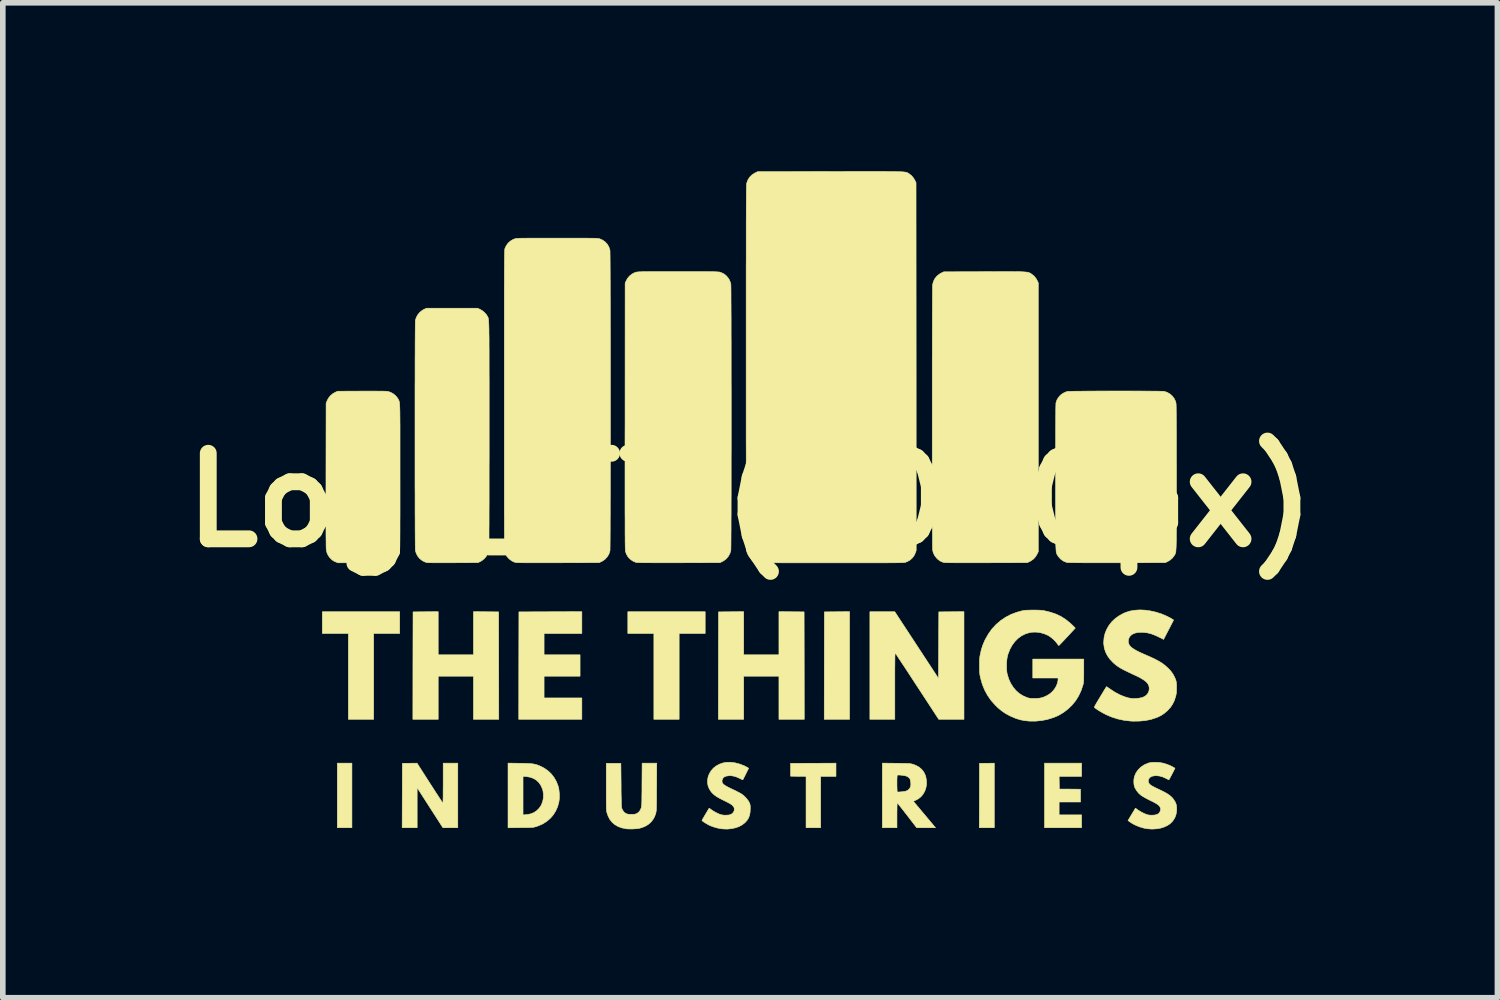
<source format=kicad_pcb>
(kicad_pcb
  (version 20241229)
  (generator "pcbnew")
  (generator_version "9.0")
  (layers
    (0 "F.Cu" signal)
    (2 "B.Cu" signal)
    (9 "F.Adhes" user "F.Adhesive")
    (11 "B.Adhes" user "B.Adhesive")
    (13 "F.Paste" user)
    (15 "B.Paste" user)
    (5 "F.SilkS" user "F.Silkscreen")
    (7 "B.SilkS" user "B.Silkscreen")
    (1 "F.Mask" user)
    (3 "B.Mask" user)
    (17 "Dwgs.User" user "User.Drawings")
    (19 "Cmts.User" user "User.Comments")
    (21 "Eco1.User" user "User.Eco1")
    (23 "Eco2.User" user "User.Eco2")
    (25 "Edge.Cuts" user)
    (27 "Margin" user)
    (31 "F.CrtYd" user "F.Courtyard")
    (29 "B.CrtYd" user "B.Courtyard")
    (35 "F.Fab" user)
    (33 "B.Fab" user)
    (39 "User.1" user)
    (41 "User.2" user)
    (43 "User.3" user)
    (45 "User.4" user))
  (footprint "Logo_TTI(4000px)"
    (layer "F.Cu")
    (at 10.312 5.859)
    (property "Reference" "Logo_TTI(4000px)" (at 0 0 0) (layer "F.SilkS") (effects (font (size 1.524 1.524) (thickness 0.3))))
    (attr through_hole)
    (fp_poly (pts (xy -7.093 5.836) (xy -7.353 5.836) (xy -7.353 4.686) (xy -7.093 4.686) (xy -7.093 5.836)) (stroke (width 0.01) (type solid)) (fill yes) (layer "F.SilkS"))
    (fp_poly (pts (xy 1.772 3.905) (xy 1.321 3.905) (xy 1.322 2.948) (xy 1.324 1.991) (xy 1.548 1.989) (xy 1.772 1.987) (xy 1.772 3.905)) (stroke (width 0.01) (type solid)) (fill yes) (layer "F.SilkS"))
    (fp_poly (pts (xy 4.35 5.836) (xy 4.083 5.836) (xy 4.085 5.263) (xy 4.086 4.689) (xy 4.218 4.688) (xy 4.35 4.686) (xy 4.35 5.836)) (stroke (width 0.01) (type solid)) (fill yes) (layer "F.SilkS"))
    (fp_poly (pts (xy -6.242 2.375) (xy -6.706 2.375) (xy -6.706 3.905) (xy -7.156 3.905) (xy -7.156 2.375) (xy -7.62 2.375) (xy -7.62 1.988) (xy -6.242 1.988) (xy -6.242 2.375)) (stroke (width 0.01) (type solid)) (fill yes) (layer "F.SilkS"))
    (fp_poly (pts (xy -0.8 2.375) (xy -1.264 2.375) (xy -1.264 3.905) (xy -1.714 3.905) (xy -1.714 2.375) (xy -2.178 2.375) (xy -2.178 1.988) (xy -0.8 1.988) (xy -0.8 2.375)) (stroke (width 0.01) (type solid)) (fill yes) (layer "F.SilkS"))
    (fp_poly (pts (xy 1.53 4.921) (xy 1.257 4.921) (xy 1.257 5.836) (xy 0.997 5.836) (xy 0.997 4.921) (xy 0.859 4.92) (xy 0.721 4.918) (xy 0.721 4.689) (xy 1.126 4.688) (xy 1.53 4.686) (xy 1.53 4.921)) (stroke (width 0.01) (type solid)) (fill yes) (layer "F.SilkS"))
    (fp_poly (pts (xy -2.997 2.375) (xy -3.67 2.375) (xy -3.67 2.756) (xy -3.029 2.756) (xy -3.029 3.137) (xy -3.67 3.137) (xy -3.67 3.524) (xy -2.997 3.524) (xy -2.997 3.905) (xy -4.121 3.905) (xy -4.12 2.948) (xy -4.118 1.991) (xy -3.558 1.989) (xy -2.997 1.987) (xy -2.997 2.375)) (stroke (width 0.01) (type solid)) (fill yes) (layer "F.SilkS"))
    (fp_poly (pts (xy 5.905 4.921) (xy 5.505 4.921) (xy 5.507 5.034) (xy 5.509 5.147) (xy 5.698 5.148) (xy 5.886 5.15) (xy 5.886 5.378) (xy 5.505 5.378) (xy 5.505 5.607) (xy 5.905 5.607) (xy 5.905 5.836) (xy 5.245 5.836) (xy 5.245 4.686) (xy 5.905 4.686) (xy 5.905 4.921)) (stroke (width 0.01) (type solid)) (fill yes) (layer "F.SilkS"))
    (fp_poly (pts (xy -4.704 1.989) (xy -4.48 1.991) (xy -4.478 2.948) (xy -4.477 3.905) (xy -4.928 3.905) (xy -4.928 3.137) (xy -5.556 3.137) (xy -5.556 3.905) (xy -6.007 3.905) (xy -6.006 2.948) (xy -6.004 1.991) (xy -5.78 1.989) (xy -5.556 1.987) (xy -5.556 2.756) (xy -4.928 2.756) (xy -4.928 1.987) (xy -4.704 1.989)) (stroke (width 0.01) (type solid)) (fill yes) (layer "F.SilkS"))
    (fp_poly (pts (xy 0.738 1.989) (xy 0.962 1.991) (xy 0.964 2.948) (xy 0.965 3.905) (xy 0.514 3.905) (xy 0.514 3.137) (xy -0.114 3.137) (xy -0.114 3.905) (xy -0.565 3.905) (xy -0.564 2.948) (xy -0.562 1.991) (xy -0.338 1.989) (xy -0.114 1.987) (xy -0.114 2.756) (xy 0.514 2.756) (xy 0.514 1.987) (xy 0.738 1.989)) (stroke (width 0.01) (type solid)) (fill yes) (layer "F.SilkS"))
    (fp_poly (pts (xy -5.705 5.042) (xy -5.666 5.102) (xy -5.629 5.16) (xy -5.595 5.213) (xy -5.563 5.261) (xy -5.536 5.303) (xy -5.512 5.339) (xy -5.494 5.367) (xy -5.48 5.386) (xy -5.473 5.396) (xy -5.472 5.397) (xy -5.471 5.391) (xy -5.47 5.373) (xy -5.47 5.345) (xy -5.469 5.308) (xy -5.468 5.262) (xy -5.468 5.21) (xy -5.468 5.151) (xy -5.467 5.088) (xy -5.467 5.042) (xy -5.467 4.686) (xy -5.207 4.686) (xy -5.207 5.836) (xy -5.472 5.836) (xy -5.702 5.479) (xy -5.931 5.122) (xy -5.931 5.836) (xy -6.198 5.836) (xy -6.196 5.263) (xy -6.194 4.689) (xy -5.933 4.686) (xy -5.705 5.042)) (stroke (width 0.01) (type solid)) (fill yes) (layer "F.SilkS"))
    (fp_poly (pts (xy 3.81 3.905) (xy 3.361 3.905) (xy 2.978 3.319) (xy 2.927 3.241) (xy 2.878 3.166) (xy 2.831 3.094) (xy 2.787 3.027) (xy 2.746 2.964) (xy 2.708 2.908) (xy 2.675 2.857) (xy 2.646 2.814) (xy 2.623 2.778) (xy 2.605 2.751) (xy 2.593 2.733) (xy 2.587 2.725) (xy 2.587 2.724) (xy 2.585 2.724) (xy 2.584 2.729) (xy 2.583 2.737) (xy 2.582 2.752) (xy 2.581 2.772) (xy 2.58 2.799) (xy 2.58 2.833) (xy 2.579 2.876) (xy 2.579 2.927) (xy 2.578 2.988) (xy 2.578 3.058) (xy 2.578 3.14) (xy 2.578 3.233) (xy 2.578 3.31) (xy 2.578 3.905) (xy 2.134 3.905) (xy 2.134 1.988) (xy 2.577 1.988) (xy 3.356 3.176) (xy 3.359 2.584) (xy 3.362 1.991) (xy 3.586 1.989) (xy 3.81 1.987) (xy 3.81 3.905)) (stroke (width 0.01) (type solid)) (fill yes) (layer "F.SilkS"))
    (fp_poly (pts (xy -4.104 4.688) (xy -4.038 4.689) (xy -3.984 4.691) (xy -3.938 4.693) (xy -3.901 4.695) (xy -3.869 4.699) (xy -3.842 4.704) (xy -3.817 4.71) (xy -3.793 4.717) (xy -3.768 4.726) (xy -3.753 4.732) (xy -3.674 4.771) (xy -3.604 4.819) (xy -3.544 4.875) (xy -3.493 4.94) (xy -3.452 5.011) (xy -3.421 5.09) (xy -3.419 5.096) (xy -3.407 5.147) (xy -3.4 5.206) (xy -3.397 5.268) (xy -3.399 5.327) (xy -3.406 5.379) (xy -3.429 5.462) (xy -3.463 5.538) (xy -3.507 5.608) (xy -3.56 5.669) (xy -3.623 5.723) (xy -3.694 5.768) (xy -3.774 5.803) (xy -3.808 5.815) (xy -3.823 5.819) (xy -3.837 5.823) (xy -3.85 5.826) (xy -3.865 5.828) (xy -3.883 5.83) (xy -3.906 5.831) (xy -3.935 5.832) (xy -3.972 5.833) (xy -4.018 5.833) (xy -4.075 5.834) (xy -4.088 5.834) (xy -4.312 5.837) (xy -4.312 5.608) (xy -4.045 5.608) (xy -3.996 5.604) (xy -3.964 5.6) (xy -3.931 5.594) (xy -3.904 5.588) (xy -3.851 5.566) (xy -3.802 5.533) (xy -3.759 5.491) (xy -3.725 5.442) (xy -3.718 5.429) (xy -3.695 5.371) (xy -3.683 5.308) (xy -3.681 5.244) (xy -3.689 5.181) (xy -3.698 5.147) (xy -3.725 5.086) (xy -3.76 5.034) (xy -3.803 4.992) (xy -3.854 4.96) (xy -3.913 4.937) (xy -3.98 4.925) (xy -3.991 4.924) (xy -4.045 4.92) (xy -4.045 5.608) (xy -4.312 5.608) (xy -4.312 4.685) (xy -4.104 4.688)) (stroke (width 0.01) (type solid)) (fill yes) (layer "F.SilkS"))
    (fp_poly (pts (xy -1.665 5.11) (xy -1.666 5.194) (xy -1.666 5.266) (xy -1.666 5.328) (xy -1.667 5.38) (xy -1.668 5.423) (xy -1.668 5.459) (xy -1.669 5.487) (xy -1.67 5.51) (xy -1.671 5.528) (xy -1.673 5.543) (xy -1.675 5.555) (xy -1.677 5.565) (xy -1.679 5.574) (xy -1.68 5.578) (xy -1.699 5.633) (xy -1.723 5.679) (xy -1.753 5.72) (xy -1.772 5.742) (xy -1.821 5.782) (xy -1.878 5.815) (xy -1.942 5.838) (xy -1.967 5.845) (xy -2.003 5.851) (xy -2.047 5.855) (xy -2.095 5.858) (xy -2.142 5.858) (xy -2.185 5.857) (xy -2.207 5.854) (xy -2.283 5.839) (xy -2.35 5.815) (xy -2.408 5.782) (xy -2.457 5.74) (xy -2.498 5.689) (xy -2.529 5.629) (xy -2.551 5.566) (xy -2.553 5.556) (xy -2.555 5.546) (xy -2.557 5.533) (xy -2.558 5.518) (xy -2.559 5.499) (xy -2.56 5.476) (xy -2.561 5.446) (xy -2.561 5.41) (xy -2.562 5.366) (xy -2.562 5.313) (xy -2.562 5.25) (xy -2.562 5.176) (xy -2.562 5.105) (xy -2.562 4.689) (xy -2.302 4.689) (xy -2.298 5.077) (xy -2.298 5.167) (xy -2.297 5.245) (xy -2.295 5.311) (xy -2.294 5.365) (xy -2.293 5.409) (xy -2.292 5.443) (xy -2.29 5.467) (xy -2.288 5.482) (xy -2.287 5.487) (xy -2.269 5.526) (xy -2.244 5.559) (xy -2.215 5.581) (xy -2.212 5.582) (xy -2.196 5.589) (xy -2.18 5.594) (xy -2.16 5.596) (xy -2.134 5.597) (xy -2.115 5.598) (xy -2.083 5.597) (xy -2.06 5.596) (xy -2.043 5.592) (xy -2.027 5.587) (xy -2.016 5.582) (xy -1.983 5.558) (xy -1.958 5.525) (xy -1.939 5.482) (xy -1.939 5.48) (xy -1.936 5.471) (xy -1.935 5.46) (xy -1.933 5.446) (xy -1.931 5.428) (xy -1.93 5.404) (xy -1.929 5.374) (xy -1.928 5.337) (xy -1.928 5.291) (xy -1.927 5.236) (xy -1.926 5.171) (xy -1.926 5.094) (xy -1.926 5.066) (xy -1.923 4.686) (xy -1.663 4.686) (xy -1.665 5.11)) (stroke (width 0.01) (type solid)) (fill yes) (layer "F.SilkS"))
    (fp_poly (pts (xy 2.602 4.688) (xy 2.667 4.689) (xy 2.721 4.69) (xy 2.765 4.691) (xy 2.8 4.692) (xy 2.827 4.693) (xy 2.849 4.695) (xy 2.865 4.697) (xy 2.879 4.7) (xy 2.886 4.701) (xy 2.953 4.725) (xy 3.01 4.757) (xy 3.057 4.796) (xy 3.093 4.843) (xy 3.12 4.897) (xy 3.131 4.932) (xy 3.142 4.999) (xy 3.143 5.064) (xy 3.132 5.126) (xy 3.112 5.184) (xy 3.082 5.237) (xy 3.044 5.283) (xy 2.997 5.321) (xy 2.942 5.35) (xy 2.942 5.35) (xy 2.908 5.364) (xy 3.078 5.567) (xy 3.116 5.612) (xy 3.152 5.655) (xy 3.185 5.695) (xy 3.215 5.731) (xy 3.241 5.761) (xy 3.26 5.784) (xy 3.273 5.799) (xy 3.276 5.803) (xy 3.303 5.836) (xy 2.968 5.836) (xy 2.797 5.614) (xy 2.761 5.568) (xy 2.728 5.525) (xy 2.697 5.486) (xy 2.671 5.453) (xy 2.649 5.425) (xy 2.633 5.406) (xy 2.624 5.394) (xy 2.621 5.392) (xy 2.62 5.398) (xy 2.619 5.415) (xy 2.618 5.442) (xy 2.617 5.477) (xy 2.617 5.52) (xy 2.616 5.568) (xy 2.616 5.613) (xy 2.616 5.836) (xy 2.356 5.836) (xy 2.356 5.047) (xy 2.616 5.047) (xy 2.616 5.089) (xy 2.617 5.126) (xy 2.618 5.158) (xy 2.619 5.181) (xy 2.62 5.195) (xy 2.621 5.197) (xy 2.63 5.199) (xy 2.648 5.2) (xy 2.672 5.198) (xy 2.7 5.196) (xy 2.727 5.193) (xy 2.752 5.189) (xy 2.771 5.185) (xy 2.772 5.185) (xy 2.808 5.17) (xy 2.834 5.147) (xy 2.851 5.121) (xy 2.858 5.104) (xy 2.862 5.086) (xy 2.864 5.065) (xy 2.863 5.04) (xy 2.858 4.999) (xy 2.848 4.967) (xy 2.83 4.943) (xy 2.803 4.924) (xy 2.767 4.911) (xy 2.72 4.903) (xy 2.703 4.901) (xy 2.674 4.898) (xy 2.65 4.897) (xy 2.633 4.897) (xy 2.627 4.898) (xy 2.623 4.9) (xy 2.621 4.906) (xy 2.619 4.916) (xy 2.618 4.932) (xy 2.617 4.955) (xy 2.616 4.988) (xy 2.616 5.032) (xy 2.616 5.047) (xy 2.356 5.047) (xy 2.356 4.685) (xy 2.602 4.688)) (stroke (width 0.01) (type solid)) (fill yes) (layer "F.SilkS"))
    (fp_poly (pts (xy -6.656 -1.942) (xy -6.593 -1.941) (xy -6.542 -1.941) (xy -6.503 -1.94) (xy -6.475 -1.939) (xy -6.457 -1.937) (xy -6.454 -1.937) (xy -6.405 -1.921) (xy -6.359 -1.896) (xy -6.318 -1.863) (xy -6.284 -1.824) (xy -6.268 -1.798) (xy -6.264 -1.791) (xy -6.261 -1.785) (xy -6.258 -1.778) (xy -6.255 -1.772) (xy -6.252 -1.764) (xy -6.25 -1.755) (xy -6.248 -1.744) (xy -6.246 -1.73) (xy -6.244 -1.714) (xy -6.243 -1.694) (xy -6.241 -1.669) (xy -6.24 -1.64) (xy -6.239 -1.606) (xy -6.238 -1.567) (xy -6.238 -1.521) (xy -6.237 -1.468) (xy -6.237 -1.408) (xy -6.236 -1.34) (xy -6.236 -1.264) (xy -6.236 -1.179) (xy -6.236 -1.085) (xy -6.236 -0.981) (xy -6.236 -0.866) (xy -6.236 -0.74) (xy -6.236 -0.603) (xy -6.236 -0.454) (xy -6.236 -0.415) (xy -6.236 -0.25) (xy -6.236 -0.098) (xy -6.236 0.042) (xy -6.236 0.17) (xy -6.236 0.287) (xy -6.237 0.393) (xy -6.237 0.487) (xy -6.237 0.572) (xy -6.238 0.646) (xy -6.238 0.71) (xy -6.239 0.764) (xy -6.239 0.809) (xy -6.24 0.845) (xy -6.241 0.872) (xy -6.242 0.891) (xy -6.243 0.901) (xy -6.243 0.903) (xy -6.261 0.958) (xy -6.29 1.007) (xy -6.328 1.05) (xy -6.375 1.084) (xy -6.393 1.093) (xy -6.435 1.114) (xy -6.886 1.116) (xy -7.337 1.117) (xy -7.376 1.103) (xy -7.407 1.09) (xy -7.432 1.075) (xy -7.455 1.057) (xy -7.481 1.03) (xy -7.483 1.029) (xy -7.514 0.988) (xy -7.536 0.942) (xy -7.549 0.889) (xy -7.55 0.879) (xy -7.551 0.866) (xy -7.552 0.841) (xy -7.553 0.803) (xy -7.553 0.754) (xy -7.554 0.693) (xy -7.555 0.619) (xy -7.555 0.533) (xy -7.555 0.435) (xy -7.555 0.325) (xy -7.556 0.202) (xy -7.556 0.066) (xy -7.556 -0.082) (xy -7.555 -0.243) (xy -7.555 -0.416) (xy -7.555 -0.448) (xy -7.553 -1.724) (xy -7.539 -1.761) (xy -7.514 -1.812) (xy -7.478 -1.858) (xy -7.435 -1.895) (xy -7.386 -1.923) (xy -7.381 -1.925) (xy -7.344 -1.94) (xy -6.916 -1.942) (xy -6.817 -1.942) (xy -6.73 -1.942) (xy -6.656 -1.942)) (stroke (width 0.01) (type solid)) (fill yes) (layer "F.SilkS"))
    (fp_poly (pts (xy 4.637 -4.07) (xy 4.699 -4.07) (xy 4.752 -4.069) (xy 4.799 -4.069) (xy 4.838 -4.068) (xy 4.87 -4.066) (xy 4.898 -4.064) (xy 4.92 -4.062) (xy 4.939 -4.06) (xy 4.954 -4.057) (xy 4.967 -4.053) (xy 4.977 -4.049) (xy 4.987 -4.044) (xy 4.995 -4.039) (xy 5.005 -4.033) (xy 5.015 -4.027) (xy 5.016 -4.026) (xy 5.06 -3.99) (xy 5.096 -3.945) (xy 5.116 -3.908) (xy 5.134 -3.87) (xy 5.134 0.918) (xy 5.114 0.96) (xy 5.083 1.011) (xy 5.045 1.052) (xy 4.996 1.085) (xy 4.986 1.091) (xy 4.938 1.114) (xy 4.201 1.116) (xy 4.088 1.116) (xy 3.988 1.116) (xy 3.898 1.116) (xy 3.82 1.116) (xy 3.751 1.116) (xy 3.691 1.116) (xy 3.64 1.116) (xy 3.596 1.115) (xy 3.56 1.115) (xy 3.529 1.114) (xy 3.505 1.114) (xy 3.485 1.113) (xy 3.469 1.112) (xy 3.457 1.111) (xy 3.448 1.109) (xy 3.441 1.108) (xy 3.435 1.106) (xy 3.432 1.105) (xy 3.388 1.086) (xy 3.35 1.059) (xy 3.319 1.029) (xy 3.286 0.985) (xy 3.263 0.936) (xy 3.251 0.886) (xy 3.251 0.875) (xy 3.25 0.853) (xy 3.25 0.819) (xy 3.249 0.774) (xy 3.249 0.719) (xy 3.249 0.653) (xy 3.248 0.578) (xy 3.248 0.495) (xy 3.247 0.402) (xy 3.247 0.303) (xy 3.247 0.196) (xy 3.246 0.082) (xy 3.246 -0.038) (xy 3.246 -0.163) (xy 3.246 -0.294) (xy 3.246 -0.429) (xy 3.245 -0.567) (xy 3.245 -0.71) (xy 3.245 -0.855) (xy 3.245 -1.002) (xy 3.245 -1.151) (xy 3.245 -1.301) (xy 3.245 -1.452) (xy 3.245 -1.603) (xy 3.245 -1.754) (xy 3.245 -1.903) (xy 3.245 -2.051) (xy 3.245 -2.197) (xy 3.245 -2.34) (xy 3.245 -2.48) (xy 3.246 -2.616) (xy 3.246 -2.748) (xy 3.246 -2.875) (xy 3.246 -2.997) (xy 3.247 -3.112) (xy 3.247 -3.222) (xy 3.247 -3.324) (xy 3.248 -3.418) (xy 3.248 -3.505) (xy 3.248 -3.583) (xy 3.249 -3.651) (xy 3.249 -3.71) (xy 3.25 -3.758) (xy 3.25 -3.796) (xy 3.251 -3.822) (xy 3.251 -3.836) (xy 3.251 -3.838) (xy 3.266 -3.894) (xy 3.291 -3.945) (xy 3.327 -3.989) (xy 3.372 -4.026) (xy 3.408 -4.047) (xy 3.451 -4.067) (xy 4.175 -4.069) (xy 4.29 -4.069) (xy 4.393 -4.07) (xy 4.484 -4.07) (xy 4.565 -4.07) (xy 4.637 -4.07)) (stroke (width 0.01) (type solid)) (fill yes) (layer "F.SilkS"))
    (fp_poly (pts (xy 7.285 4.674) (xy 7.334 4.681) (xy 7.366 4.688) (xy 7.434 4.709) (xy 7.499 4.737) (xy 7.542 4.76) (xy 7.569 4.776) (xy 7.543 4.828) (xy 7.527 4.86) (xy 7.508 4.896) (xy 7.491 4.928) (xy 7.489 4.932) (xy 7.461 4.983) (xy 7.407 4.956) (xy 7.349 4.93) (xy 7.294 4.915) (xy 7.24 4.909) (xy 7.214 4.91) (xy 7.175 4.915) (xy 7.145 4.925) (xy 7.122 4.941) (xy 7.107 4.959) (xy 7.098 4.979) (xy 7.093 4.999) (xy 7.093 5.002) (xy 7.095 5.024) (xy 7.104 5.043) (xy 7.119 5.062) (xy 7.142 5.081) (xy 7.175 5.1) (xy 7.218 5.123) (xy 7.238 5.132) (xy 7.301 5.162) (xy 7.354 5.188) (xy 7.398 5.211) (xy 7.435 5.233) (xy 7.465 5.253) (xy 7.49 5.273) (xy 7.513 5.294) (xy 7.533 5.317) (xy 7.545 5.333) (xy 7.574 5.378) (xy 7.592 5.425) (xy 7.599 5.477) (xy 7.599 5.521) (xy 7.594 5.568) (xy 7.585 5.609) (xy 7.571 5.647) (xy 7.556 5.676) (xy 7.524 5.723) (xy 7.482 5.764) (xy 7.431 5.798) (xy 7.371 5.825) (xy 7.305 5.845) (xy 7.233 5.856) (xy 7.157 5.86) (xy 7.077 5.854) (xy 7.077 5.854) (xy 7.012 5.842) (xy 6.944 5.822) (xy 6.877 5.796) (xy 6.815 5.765) (xy 6.768 5.734) (xy 6.732 5.708) (xy 6.865 5.487) (xy 6.898 5.512) (xy 6.931 5.534) (xy 6.971 5.558) (xy 7.013 5.579) (xy 7.053 5.596) (xy 7.065 5.601) (xy 7.101 5.61) (xy 7.144 5.613) (xy 7.157 5.613) (xy 7.207 5.61) (xy 7.246 5.601) (xy 7.276 5.585) (xy 7.297 5.561) (xy 7.309 5.531) (xy 7.309 5.531) (xy 7.313 5.51) (xy 7.312 5.493) (xy 7.305 5.474) (xy 7.304 5.471) (xy 7.296 5.457) (xy 7.286 5.444) (xy 7.272 5.431) (xy 7.253 5.417) (xy 7.227 5.401) (xy 7.193 5.382) (xy 7.149 5.36) (xy 7.122 5.347) (xy 7.083 5.327) (xy 7.045 5.307) (xy 7.01 5.287) (xy 6.982 5.27) (xy 6.964 5.258) (xy 6.92 5.219) (xy 6.884 5.173) (xy 6.856 5.125) (xy 6.851 5.113) (xy 6.84 5.073) (xy 6.836 5.027) (xy 6.837 4.978) (xy 6.845 4.932) (xy 6.851 4.913) (xy 6.877 4.854) (xy 6.915 4.802) (xy 6.962 4.756) (xy 7.017 4.718) (xy 7.081 4.69) (xy 7.102 4.682) (xy 7.139 4.675) (xy 7.184 4.671) (xy 7.233 4.671) (xy 7.285 4.674)) (stroke (width 0.01) (type solid)) (fill yes) (layer "F.SilkS"))
    (fp_poly (pts (xy -0.263 4.681) (xy -0.181 4.703) (xy -0.102 4.734) (xy -0.053 4.76) (xy -0.026 4.776) (xy -0.077 4.879) (xy -0.093 4.911) (xy -0.108 4.94) (xy -0.119 4.963) (xy -0.127 4.977) (xy -0.129 4.983) (xy -0.135 4.98) (xy -0.15 4.974) (xy -0.171 4.964) (xy -0.187 4.956) (xy -0.238 4.933) (xy -0.282 4.919) (xy -0.324 4.911) (xy -0.367 4.909) (xy -0.378 4.91) (xy -0.423 4.916) (xy -0.457 4.929) (xy -0.481 4.949) (xy -0.495 4.976) (xy -0.5 4.996) (xy -0.5 5.015) (xy -0.496 5.033) (xy -0.486 5.049) (xy -0.469 5.066) (xy -0.445 5.084) (xy -0.411 5.104) (xy -0.368 5.126) (xy -0.314 5.152) (xy -0.305 5.156) (xy -0.266 5.174) (xy -0.229 5.193) (xy -0.195 5.211) (xy -0.167 5.226) (xy -0.151 5.236) (xy -0.107 5.27) (xy -0.068 5.31) (xy -0.035 5.352) (xy -0.016 5.385) (xy -0.008 5.403) (xy -0.002 5.419) (xy 0.001 5.435) (xy 0.003 5.455) (xy 0.003 5.482) (xy 0.003 5.502) (xy -0.000197 5.564) (xy -0.011 5.618) (xy -0.029 5.664) (xy -0.056 5.707) (xy -0.093 5.747) (xy -0.094 5.748) (xy -0.142 5.785) (xy -0.199 5.816) (xy -0.263 5.838) (xy -0.334 5.853) (xy -0.408 5.86) (xy -0.485 5.857) (xy -0.513 5.854) (xy -0.582 5.841) (xy -0.652 5.821) (xy -0.706 5.801) (xy -0.73 5.79) (xy -0.757 5.775) (xy -0.785 5.759) (xy -0.811 5.743) (xy -0.833 5.728) (xy -0.849 5.716) (xy -0.857 5.708) (xy -0.857 5.707) (xy -0.854 5.7) (xy -0.845 5.684) (xy -0.832 5.66) (xy -0.815 5.632) (xy -0.796 5.599) (xy -0.793 5.594) (xy -0.729 5.487) (xy -0.692 5.514) (xy -0.658 5.537) (xy -0.619 5.56) (xy -0.579 5.58) (xy -0.542 5.596) (xy -0.521 5.603) (xy -0.488 5.61) (xy -0.45 5.613) (xy -0.411 5.612) (xy -0.375 5.609) (xy -0.354 5.603) (xy -0.322 5.587) (xy -0.298 5.563) (xy -0.284 5.533) (xy -0.281 5.5) (xy -0.285 5.48) (xy -0.293 5.463) (xy -0.306 5.446) (xy -0.325 5.428) (xy -0.353 5.41) (xy -0.39 5.389) (xy -0.437 5.365) (xy -0.451 5.358) (xy -0.506 5.331) (xy -0.551 5.307) (xy -0.588 5.286) (xy -0.618 5.266) (xy -0.644 5.246) (xy -0.666 5.225) (xy -0.687 5.203) (xy -0.694 5.195) (xy -0.726 5.146) (xy -0.748 5.093) (xy -0.758 5.038) (xy -0.757 4.982) (xy -0.747 4.926) (xy -0.725 4.872) (xy -0.694 4.821) (xy -0.654 4.775) (xy -0.607 4.738) (xy -0.548 4.705) (xy -0.483 4.682) (xy -0.414 4.67) (xy -0.345 4.67) (xy -0.263 4.681)) (stroke (width 0.01) (type solid)) (fill yes) (layer "F.SilkS"))
    (fp_poly (pts (xy -4.812 -3.399) (xy -4.771 -3.375) (xy -4.733 -3.344) (xy -4.701 -3.309) (xy -4.684 -3.283) (xy -4.681 -3.277) (xy -4.677 -3.272) (xy -4.675 -3.267) (xy -4.672 -3.263) (xy -4.669 -3.257) (xy -4.667 -3.25) (xy -4.665 -3.243) (xy -4.663 -3.233) (xy -4.661 -3.221) (xy -4.66 -3.206) (xy -4.658 -3.188) (xy -4.657 -3.167) (xy -4.655 -3.142) (xy -4.654 -3.113) (xy -4.653 -3.079) (xy -4.652 -3.039) (xy -4.652 -2.995) (xy -4.651 -2.944) (xy -4.65 -2.887) (xy -4.65 -2.823) (xy -4.65 -2.751) (xy -4.649 -2.672) (xy -4.649 -2.585) (xy -4.649 -2.49) (xy -4.649 -2.386) (xy -4.649 -2.272) (xy -4.648 -2.149) (xy -4.648 -2.015) (xy -4.648 -1.871) (xy -4.648 -1.716) (xy -4.648 -1.549) (xy -4.648 -1.371) (xy -4.648 -1.181) (xy -4.648 -1.156) (xy -4.648 -0.951) (xy -4.648 -0.756) (xy -4.649 -0.571) (xy -4.649 -0.396) (xy -4.649 -0.232) (xy -4.649 -0.078) (xy -4.649 0.066) (xy -4.65 0.198) (xy -4.65 0.319) (xy -4.65 0.43) (xy -4.651 0.529) (xy -4.651 0.616) (xy -4.651 0.692) (xy -4.652 0.756) (xy -4.652 0.808) (xy -4.653 0.847) (xy -4.654 0.875) (xy -4.654 0.89) (xy -4.655 0.892) (xy -4.669 0.945) (xy -4.695 0.995) (xy -4.731 1.039) (xy -4.774 1.075) (xy -4.806 1.094) (xy -4.848 1.114) (xy -5.299 1.116) (xy -5.386 1.116) (xy -5.461 1.116) (xy -5.525 1.116) (xy -5.579 1.116) (xy -5.624 1.116) (xy -5.661 1.116) (xy -5.692 1.115) (xy -5.716 1.115) (xy -5.735 1.114) (xy -5.749 1.113) (xy -5.761 1.111) (xy -5.77 1.109) (xy -5.777 1.107) (xy -5.784 1.105) (xy -5.785 1.105) (xy -5.838 1.079) (xy -5.883 1.044) (xy -5.92 1) (xy -5.947 0.949) (xy -5.963 0.896) (xy -5.963 0.886) (xy -5.964 0.865) (xy -5.964 0.831) (xy -5.965 0.787) (xy -5.965 0.733) (xy -5.966 0.669) (xy -5.966 0.595) (xy -5.967 0.513) (xy -5.967 0.424) (xy -5.967 0.326) (xy -5.968 0.222) (xy -5.968 0.112) (xy -5.968 -0.004) (xy -5.968 -0.126) (xy -5.969 -0.251) (xy -5.969 -0.381) (xy -5.969 -0.513) (xy -5.969 -0.649) (xy -5.969 -0.787) (xy -5.969 -0.926) (xy -5.969 -1.066) (xy -5.969 -1.206) (xy -5.969 -1.347) (xy -5.969 -1.486) (xy -5.969 -1.624) (xy -5.969 -1.76) (xy -5.969 -1.894) (xy -5.969 -2.024) (xy -5.968 -2.15) (xy -5.968 -2.273) (xy -5.968 -2.39) (xy -5.968 -2.502) (xy -5.967 -2.607) (xy -5.967 -2.706) (xy -5.967 -2.798) (xy -5.966 -2.882) (xy -5.966 -2.957) (xy -5.965 -3.024) (xy -5.965 -3.081) (xy -5.964 -3.127) (xy -5.964 -3.163) (xy -5.963 -3.187) (xy -5.963 -3.2) (xy -5.963 -3.201) (xy -5.946 -3.255) (xy -5.918 -3.305) (xy -5.881 -3.348) (xy -5.836 -3.383) (xy -5.809 -3.398) (xy -5.763 -3.419) (xy -4.855 -3.419) (xy -4.812 -3.399)) (stroke (width 0.01) (type solid)) (fill yes) (layer "F.SilkS"))
    (fp_poly (pts (xy 6.718 -1.944) (xy 6.807 -1.943) (xy 6.892 -1.943) (xy 6.974 -1.943) (xy 7.051 -1.942) (xy 7.122 -1.942) (xy 7.186 -1.941) (xy 7.243 -1.941) (xy 7.291 -1.94) (xy 7.33 -1.939) (xy 7.359 -1.938) (xy 7.376 -1.937) (xy 7.38 -1.936) (xy 7.431 -1.919) (xy 7.479 -1.891) (xy 7.52 -1.855) (xy 7.554 -1.811) (xy 7.578 -1.762) (xy 7.587 -1.728) (xy 7.588 -1.72) (xy 7.589 -1.704) (xy 7.59 -1.679) (xy 7.591 -1.645) (xy 7.591 -1.603) (xy 7.592 -1.551) (xy 7.592 -1.489) (xy 7.593 -1.418) (xy 7.593 -1.337) (xy 7.594 -1.245) (xy 7.594 -1.142) (xy 7.594 -1.028) (xy 7.594 -0.903) (xy 7.594 -0.766) (xy 7.595 -0.617) (xy 7.595 -0.456) (xy 7.595 -0.407) (xy 7.595 -0.254) (xy 7.595 -0.114) (xy 7.595 0.016) (xy 7.595 0.134) (xy 7.595 0.241) (xy 7.594 0.339) (xy 7.594 0.427) (xy 7.594 0.505) (xy 7.594 0.576) (xy 7.593 0.638) (xy 7.593 0.693) (xy 7.592 0.741) (xy 7.591 0.783) (xy 7.59 0.819) (xy 7.589 0.849) (xy 7.587 0.875) (xy 7.586 0.896) (xy 7.584 0.914) (xy 7.582 0.929) (xy 7.579 0.94) (xy 7.576 0.95) (xy 7.573 0.958) (xy 7.57 0.965) (xy 7.566 0.971) (xy 7.563 0.977) (xy 7.558 0.984) (xy 7.555 0.99) (xy 7.521 1.034) (xy 7.477 1.071) (xy 7.436 1.095) (xy 7.395 1.114) (xy 6.528 1.116) (xy 6.4 1.116) (xy 6.285 1.116) (xy 6.181 1.116) (xy 6.088 1.116) (xy 6.006 1.116) (xy 5.934 1.116) (xy 5.871 1.115) (xy 5.817 1.115) (xy 5.771 1.114) (xy 5.733 1.114) (xy 5.702 1.113) (xy 5.677 1.112) (xy 5.659 1.111) (xy 5.646 1.11) (xy 5.638 1.109) (xy 5.636 1.109) (xy 5.582 1.086) (xy 5.535 1.053) (xy 5.497 1.012) (xy 5.482 0.99) (xy 5.477 0.982) (xy 5.473 0.976) (xy 5.469 0.97) (xy 5.466 0.963) (xy 5.462 0.956) (xy 5.46 0.948) (xy 5.457 0.938) (xy 5.455 0.926) (xy 5.452 0.911) (xy 5.451 0.892) (xy 5.449 0.87) (xy 5.448 0.843) (xy 5.446 0.812) (xy 5.445 0.775) (xy 5.444 0.732) (xy 5.444 0.682) (xy 5.443 0.626) (xy 5.443 0.562) (xy 5.442 0.489) (xy 5.442 0.409) (xy 5.442 0.319) (xy 5.442 0.22) (xy 5.442 0.11) (xy 5.442 -0.01) (xy 5.442 -0.142) (xy 5.442 -0.285) (xy 5.442 -0.412) (xy 5.442 -0.584) (xy 5.442 -0.744) (xy 5.442 -0.892) (xy 5.443 -1.029) (xy 5.443 -1.154) (xy 5.443 -1.266) (xy 5.444 -1.367) (xy 5.444 -1.456) (xy 5.445 -1.533) (xy 5.445 -1.597) (xy 5.446 -1.649) (xy 5.447 -1.689) (xy 5.448 -1.716) (xy 5.448 -1.731) (xy 5.449 -1.733) (xy 5.467 -1.786) (xy 5.497 -1.834) (xy 5.535 -1.875) (xy 5.582 -1.907) (xy 5.635 -1.931) (xy 5.648 -1.934) (xy 5.659 -1.936) (xy 5.682 -1.937) (xy 5.715 -1.938) (xy 5.759 -1.939) (xy 5.811 -1.94) (xy 5.871 -1.94) (xy 5.939 -1.941) (xy 6.013 -1.942) (xy 6.092 -1.942) (xy 6.176 -1.943) (xy 6.263 -1.943) (xy 6.352 -1.943) (xy 6.444 -1.944) (xy 6.536 -1.944) (xy 6.627 -1.944) (xy 6.718 -1.944)) (stroke (width 0.01) (type solid)) (fill yes) (layer "F.SilkS"))
    (fp_poly (pts (xy -1.171 -4.07) (xy -1.072 -4.07) (xy -0.985 -4.07) (xy -0.908 -4.07) (xy -0.841 -4.07) (xy -0.783 -4.07) (xy -0.733 -4.07) (xy -0.691 -4.069) (xy -0.655 -4.069) (xy -0.626 -4.068) (xy -0.602 -4.067) (xy -0.583 -4.066) (xy -0.568 -4.065) (xy -0.556 -4.064) (xy -0.547 -4.063) (xy -0.539 -4.061) (xy -0.533 -4.06) (xy -0.527 -4.058) (xy -0.526 -4.057) (xy -0.487 -4.041) (xy -0.453 -4.021) (xy -0.422 -3.994) (xy -0.411 -3.982) (xy -0.376 -3.936) (xy -0.352 -3.883) (xy -0.343 -3.848) (xy -0.342 -3.839) (xy -0.342 -3.818) (xy -0.341 -3.785) (xy -0.341 -3.74) (xy -0.34 -3.686) (xy -0.34 -3.621) (xy -0.34 -3.547) (xy -0.339 -3.464) (xy -0.339 -3.373) (xy -0.338 -3.274) (xy -0.338 -3.168) (xy -0.338 -3.054) (xy -0.338 -2.935) (xy -0.337 -2.81) (xy -0.337 -2.681) (xy -0.337 -2.546) (xy -0.337 -2.408) (xy -0.337 -2.266) (xy -0.337 -2.121) (xy -0.336 -1.974) (xy -0.336 -1.825) (xy -0.336 -1.675) (xy -0.336 -1.524) (xy -0.336 -1.373) (xy -0.336 -1.222) (xy -0.336 -1.073) (xy -0.336 -0.924) (xy -0.337 -0.778) (xy -0.337 -0.634) (xy -0.337 -0.494) (xy -0.337 -0.356) (xy -0.337 -0.224) (xy -0.337 -0.096) (xy -0.338 0.027) (xy -0.338 0.144) (xy -0.338 0.255) (xy -0.339 0.359) (xy -0.339 0.455) (xy -0.339 0.543) (xy -0.34 0.623) (xy -0.34 0.694) (xy -0.341 0.755) (xy -0.341 0.806) (xy -0.342 0.846) (xy -0.342 0.875) (xy -0.343 0.892) (xy -0.343 0.896) (xy -0.36 0.952) (xy -0.388 1.002) (xy -0.425 1.046) (xy -0.471 1.081) (xy -0.494 1.093) (xy -0.537 1.114) (xy -1.273 1.116) (xy -1.391 1.116) (xy -1.496 1.116) (xy -1.589 1.116) (xy -1.672 1.116) (xy -1.745 1.116) (xy -1.808 1.115) (xy -1.862 1.115) (xy -1.907 1.115) (xy -1.944 1.114) (xy -1.975 1.113) (xy -1.998 1.112) (xy -2.015 1.111) (xy -2.027 1.11) (xy -2.035 1.109) (xy -2.035 1.109) (xy -2.089 1.085) (xy -2.136 1.052) (xy -2.175 1.011) (xy -2.203 0.962) (xy -2.219 0.917) (xy -2.22 0.913) (xy -2.221 0.907) (xy -2.222 0.898) (xy -2.222 0.887) (xy -2.223 0.873) (xy -2.224 0.856) (xy -2.224 0.835) (xy -2.225 0.809) (xy -2.225 0.779) (xy -2.226 0.745) (xy -2.226 0.705) (xy -2.226 0.659) (xy -2.227 0.607) (xy -2.227 0.549) (xy -2.227 0.484) (xy -2.227 0.412) (xy -2.227 0.332) (xy -2.228 0.245) (xy -2.228 0.149) (xy -2.228 0.045) (xy -2.228 -0.069) (xy -2.228 -0.192) (xy -2.228 -0.325) (xy -2.228 -0.468) (xy -2.228 -0.621) (xy -2.228 -0.785) (xy -2.228 -0.961) (xy -2.228 -1.149) (xy -2.227 -1.348) (xy -2.227 -1.493) (xy -2.226 -3.864) (xy -2.212 -3.897) (xy -2.185 -3.948) (xy -2.148 -3.992) (xy -2.104 -4.027) (xy -2.055 -4.053) (xy -2.04 -4.058) (xy -2.033 -4.06) (xy -2.026 -4.061) (xy -2.018 -4.063) (xy -2.008 -4.064) (xy -1.996 -4.065) (xy -1.98 -4.067) (xy -1.96 -4.067) (xy -1.935 -4.068) (xy -1.905 -4.069) (xy -1.869 -4.069) (xy -1.825 -4.07) (xy -1.774 -4.07) (xy -1.715 -4.07) (xy -1.647 -4.07) (xy -1.568 -4.07) (xy -1.479 -4.07) (xy -1.379 -4.07) (xy -1.282 -4.07) (xy -1.171 -4.07)) (stroke (width 0.01) (type solid)) (fill yes) (layer "F.SilkS"))
    (fp_poly (pts (xy 7.036 1.96) (xy 7.132 1.974) (xy 7.23 1.996) (xy 7.328 2.027) (xy 7.331 2.029) (xy 7.363 2.042) (xy 7.4 2.057) (xy 7.437 2.075) (xy 7.471 2.092) (xy 7.501 2.108) (xy 7.524 2.122) (xy 7.53 2.126) (xy 7.544 2.137) (xy 7.455 2.309) (xy 7.366 2.481) (xy 7.288 2.442) (xy 7.216 2.408) (xy 7.149 2.383) (xy 7.086 2.366) (xy 7.023 2.357) (xy 6.963 2.354) (xy 6.904 2.358) (xy 6.852 2.37) (xy 6.81 2.389) (xy 6.776 2.415) (xy 6.753 2.448) (xy 6.74 2.486) (xy 6.737 2.514) (xy 6.74 2.54) (xy 6.747 2.564) (xy 6.759 2.587) (xy 6.779 2.61) (xy 6.805 2.633) (xy 6.84 2.657) (xy 6.884 2.682) (xy 6.937 2.709) (xy 7.001 2.738) (xy 7.076 2.771) (xy 7.079 2.772) (xy 7.155 2.806) (xy 7.22 2.837) (xy 7.276 2.867) (xy 7.325 2.896) (xy 7.369 2.927) (xy 7.409 2.96) (xy 7.448 2.996) (xy 7.449 2.997) (xy 7.484 3.033) (xy 7.511 3.067) (xy 7.534 3.101) (xy 7.555 3.141) (xy 7.559 3.147) (xy 7.573 3.179) (xy 7.584 3.207) (xy 7.591 3.235) (xy 7.595 3.265) (xy 7.597 3.302) (xy 7.597 3.346) (xy 7.596 3.387) (xy 7.595 3.419) (xy 7.592 3.446) (xy 7.587 3.472) (xy 7.58 3.5) (xy 7.557 3.572) (xy 7.526 3.635) (xy 7.488 3.692) (xy 7.438 3.747) (xy 7.426 3.758) (xy 7.372 3.803) (xy 7.313 3.841) (xy 7.246 3.872) (xy 7.234 3.876) (xy 7.143 3.906) (xy 7.045 3.926) (xy 6.94 3.936) (xy 6.828 3.938) (xy 6.783 3.936) (xy 6.666 3.923) (xy 6.549 3.898) (xy 6.434 3.861) (xy 6.344 3.822) (xy 6.312 3.806) (xy 6.277 3.787) (xy 6.241 3.766) (xy 6.207 3.746) (xy 6.178 3.726) (xy 6.154 3.71) (xy 6.138 3.697) (xy 6.135 3.694) (xy 6.134 3.689) (xy 6.136 3.681) (xy 6.142 3.667) (xy 6.153 3.647) (xy 6.168 3.62) (xy 6.189 3.585) (xy 6.216 3.54) (xy 6.224 3.527) (xy 6.249 3.485) (xy 6.273 3.446) (xy 6.294 3.411) (xy 6.312 3.381) (xy 6.326 3.359) (xy 6.334 3.346) (xy 6.335 3.345) (xy 6.35 3.322) (xy 6.412 3.365) (xy 6.499 3.422) (xy 6.584 3.467) (xy 6.665 3.501) (xy 6.742 3.524) (xy 6.804 3.534) (xy 6.842 3.535) (xy 6.886 3.533) (xy 6.931 3.528) (xy 6.972 3.52) (xy 7.001 3.511) (xy 7.04 3.49) (xy 7.072 3.462) (xy 7.095 3.427) (xy 7.108 3.388) (xy 7.111 3.347) (xy 7.103 3.306) (xy 7.097 3.292) (xy 7.084 3.269) (xy 7.065 3.246) (xy 7.041 3.224) (xy 7.009 3.201) (xy 6.97 3.177) (xy 6.921 3.15) (xy 6.861 3.121) (xy 6.829 3.107) (xy 6.762 3.075) (xy 6.704 3.047) (xy 6.655 3.023) (xy 6.614 3.001) (xy 6.579 2.98) (xy 6.548 2.96) (xy 6.521 2.94) (xy 6.495 2.919) (xy 6.471 2.898) (xy 6.412 2.836) (xy 6.366 2.772) (xy 6.332 2.705) (xy 6.31 2.635) (xy 6.3 2.562) (xy 6.299 2.536) (xy 6.305 2.454) (xy 6.323 2.375) (xy 6.353 2.301) (xy 6.393 2.232) (xy 6.443 2.168) (xy 6.503 2.111) (xy 6.573 2.061) (xy 6.651 2.018) (xy 6.693 2) (xy 6.769 1.976) (xy 6.853 1.962) (xy 6.942 1.956) (xy 7.036 1.96)) (stroke (width 0.01) (type solid)) (fill yes) (layer "F.SilkS"))
    (fp_poly (pts (xy 5.094 1.959) (xy 5.134 1.96) (xy 5.165 1.961) (xy 5.192 1.964) (xy 5.217 1.967) (xy 5.243 1.971) (xy 5.256 1.974) (xy 5.361 2) (xy 5.457 2.034) (xy 5.545 2.077) (xy 5.627 2.13) (xy 5.704 2.193) (xy 5.73 2.217) (xy 5.793 2.279) (xy 5.765 2.31) (xy 5.735 2.342) (xy 5.703 2.377) (xy 5.67 2.413) (xy 5.636 2.449) (xy 5.604 2.483) (xy 5.574 2.515) (xy 5.548 2.542) (xy 5.526 2.565) (xy 5.51 2.581) (xy 5.501 2.59) (xy 5.499 2.591) (xy 5.494 2.586) (xy 5.483 2.573) (xy 5.471 2.556) (xy 5.44 2.517) (xy 5.401 2.478) (xy 5.358 2.443) (xy 5.316 2.414) (xy 5.304 2.408) (xy 5.235 2.379) (xy 5.163 2.359) (xy 5.091 2.351) (xy 5.019 2.353) (xy 4.97 2.362) (xy 4.898 2.385) (xy 4.831 2.42) (xy 4.77 2.465) (xy 4.715 2.521) (xy 4.668 2.585) (xy 4.628 2.658) (xy 4.596 2.739) (xy 4.584 2.782) (xy 4.577 2.818) (xy 4.572 2.864) (xy 4.569 2.914) (xy 4.568 2.966) (xy 4.57 3.017) (xy 4.574 3.062) (xy 4.58 3.097) (xy 4.606 3.183) (xy 4.641 3.261) (xy 4.685 3.331) (xy 4.736 3.392) (xy 4.794 3.444) (xy 4.859 3.485) (xy 4.93 3.516) (xy 4.932 3.517) (xy 4.955 3.524) (xy 4.976 3.529) (xy 4.998 3.531) (xy 5.025 3.533) (xy 5.06 3.533) (xy 5.064 3.533) (xy 5.115 3.532) (xy 5.158 3.528) (xy 5.196 3.52) (xy 5.234 3.507) (xy 5.276 3.488) (xy 5.283 3.485) (xy 5.336 3.453) (xy 5.383 3.413) (xy 5.422 3.367) (xy 5.453 3.316) (xy 5.475 3.262) (xy 5.486 3.207) (xy 5.486 3.187) (xy 5.486 3.169) (xy 5.036 3.169) (xy 5.036 2.832) (xy 5.944 2.832) (xy 5.944 3.037) (xy 5.944 3.095) (xy 5.943 3.141) (xy 5.943 3.178) (xy 5.942 3.207) (xy 5.941 3.23) (xy 5.939 3.249) (xy 5.937 3.264) (xy 5.934 3.278) (xy 5.931 3.289) (xy 5.897 3.392) (xy 5.853 3.486) (xy 5.8 3.572) (xy 5.736 3.65) (xy 5.664 3.72) (xy 5.587 3.779) (xy 5.542 3.807) (xy 5.503 3.83) (xy 5.463 3.849) (xy 5.417 3.868) (xy 5.397 3.875) (xy 5.299 3.906) (xy 5.195 3.926) (xy 5.088 3.937) (xy 4.98 3.937) (xy 4.972 3.936) (xy 4.891 3.928) (xy 4.814 3.913) (xy 4.738 3.89) (xy 4.66 3.857) (xy 4.626 3.842) (xy 4.549 3.8) (xy 4.479 3.752) (xy 4.412 3.696) (xy 4.364 3.648) (xy 4.291 3.566) (xy 4.23 3.478) (xy 4.179 3.384) (xy 4.138 3.284) (xy 4.107 3.175) (xy 4.101 3.15) (xy 4.096 3.124) (xy 4.092 3.1) (xy 4.09 3.075) (xy 4.088 3.047) (xy 4.087 3.012) (xy 4.087 2.967) (xy 4.087 2.95) (xy 4.087 2.901) (xy 4.087 2.863) (xy 4.089 2.832) (xy 4.091 2.806) (xy 4.094 2.781) (xy 4.099 2.755) (xy 4.101 2.745) (xy 4.12 2.662) (xy 4.144 2.587) (xy 4.175 2.513) (xy 4.191 2.48) (xy 4.246 2.383) (xy 4.31 2.294) (xy 4.383 2.215) (xy 4.464 2.146) (xy 4.553 2.086) (xy 4.648 2.036) (xy 4.751 1.998) (xy 4.841 1.973) (xy 4.864 1.969) (xy 4.887 1.965) (xy 4.91 1.962) (xy 4.938 1.961) (xy 4.971 1.96) (xy 5.013 1.959) (xy 5.045 1.959) (xy 5.094 1.959)) (stroke (width 0.01) (type solid)) (fill yes) (layer "F.SilkS"))
    (fp_poly (pts (xy 2.265 -5.854) (xy 2.344 -5.854) (xy 2.414 -5.854) (xy 2.477 -5.853) (xy 2.532 -5.853) (xy 2.581 -5.852) (xy 2.623 -5.851) (xy 2.659 -5.85) (xy 2.689 -5.849) (xy 2.715 -5.848) (xy 2.737 -5.846) (xy 2.755 -5.844) (xy 2.769 -5.842) (xy 2.781 -5.839) (xy 2.791 -5.837) (xy 2.799 -5.834) (xy 2.806 -5.83) (xy 2.812 -5.827) (xy 2.818 -5.823) (xy 2.825 -5.819) (xy 2.831 -5.815) (xy 2.875 -5.781) (xy 2.912 -5.737) (xy 2.936 -5.696) (xy 2.956 -5.655) (xy 2.958 -2.38) (xy 2.959 0.896) (xy 2.946 0.935) (xy 2.922 0.988) (xy 2.887 1.034) (xy 2.844 1.071) (xy 2.793 1.098) (xy 2.776 1.104) (xy 2.772 1.106) (xy 2.767 1.107) (xy 2.761 1.109) (xy 2.755 1.11) (xy 2.746 1.111) (xy 2.735 1.112) (xy 2.722 1.113) (xy 2.705 1.114) (xy 2.684 1.114) (xy 2.659 1.115) (xy 2.628 1.115) (xy 2.593 1.116) (xy 2.551 1.116) (xy 2.503 1.116) (xy 2.448 1.117) (xy 2.385 1.117) (xy 2.314 1.117) (xy 2.235 1.117) (xy 2.146 1.117) (xy 2.048 1.117) (xy 1.939 1.117) (xy 1.82 1.117) (xy 1.689 1.117) (xy 1.546 1.117) (xy 1.443 1.117) (xy 1.292 1.117) (xy 1.153 1.117) (xy 1.026 1.117) (xy 0.909 1.117) (xy 0.804 1.117) (xy 0.708 1.117) (xy 0.622 1.117) (xy 0.545 1.117) (xy 0.477 1.116) (xy 0.416 1.116) (xy 0.363 1.116) (xy 0.317 1.115) (xy 0.278 1.115) (xy 0.244 1.114) (xy 0.215 1.114) (xy 0.192 1.113) (xy 0.172 1.113) (xy 0.157 1.112) (xy 0.145 1.111) (xy 0.135 1.11) (xy 0.128 1.109) (xy 0.122 1.108) (xy 0.118 1.106) (xy 0.117 1.106) (xy 0.064 1.081) (xy 0.018 1.047) (xy -0.019 1.004) (xy -0.047 0.953) (xy -0.063 0.903) (xy -0.063 0.897) (xy -0.064 0.883) (xy -0.064 0.861) (xy -0.065 0.832) (xy -0.065 0.795) (xy -0.066 0.749) (xy -0.066 0.696) (xy -0.067 0.633) (xy -0.067 0.562) (xy -0.067 0.481) (xy -0.068 0.391) (xy -0.068 0.292) (xy -0.068 0.183) (xy -0.068 0.065) (xy -0.069 -0.064) (xy -0.069 -0.203) (xy -0.069 -0.353) (xy -0.069 -0.513) (xy -0.069 -0.684) (xy -0.069 -0.867) (xy -0.07 -1.06) (xy -0.07 -1.265) (xy -0.07 -1.482) (xy -0.07 -1.711) (xy -0.07 -1.952) (xy -0.07 -2.206) (xy -0.07 -2.371) (xy -0.07 -2.615) (xy -0.07 -2.847) (xy -0.07 -3.066) (xy -0.07 -3.274) (xy -0.07 -3.471) (xy -0.07 -3.656) (xy -0.07 -3.831) (xy -0.07 -3.995) (xy -0.07 -4.15) (xy -0.069 -4.294) (xy -0.069 -4.429) (xy -0.069 -4.554) (xy -0.069 -4.671) (xy -0.069 -4.779) (xy -0.069 -4.879) (xy -0.069 -4.972) (xy -0.068 -5.056) (xy -0.068 -5.133) (xy -0.068 -5.204) (xy -0.068 -5.268) (xy -0.067 -5.325) (xy -0.067 -5.377) (xy -0.067 -5.422) (xy -0.066 -5.463) (xy -0.066 -5.499) (xy -0.065 -5.529) (xy -0.065 -5.556) (xy -0.064 -5.578) (xy -0.064 -5.597) (xy -0.063 -5.612) (xy -0.063 -5.625) (xy -0.062 -5.634) (xy -0.061 -5.641) (xy -0.061 -5.646) (xy -0.06 -5.648) (xy -0.039 -5.703) (xy -0.008 -5.752) (xy 0.033 -5.793) (xy 0.083 -5.826) (xy 0.094 -5.831) (xy 0.137 -5.852) (xy 1.428 -5.853) (xy 1.582 -5.853) (xy 1.723 -5.854) (xy 1.852 -5.854) (xy 1.971 -5.854) (xy 2.079 -5.854) (xy 2.176 -5.854) (xy 2.265 -5.854)) (stroke (width 0.01) (type solid)) (fill yes) (layer "F.SilkS"))
    (fp_poly (pts (xy -3.324 -4.667) (xy -3.226 -4.667) (xy -3.138 -4.667) (xy -3.061 -4.667) (xy -2.994 -4.667) (xy -2.936 -4.667) (xy -2.886 -4.666) (xy -2.843 -4.666) (xy -2.808 -4.665) (xy -2.779 -4.665) (xy -2.755 -4.664) (xy -2.735 -4.663) (xy -2.72 -4.662) (xy -2.708 -4.661) (xy -2.699 -4.66) (xy -2.691 -4.658) (xy -2.684 -4.656) (xy -2.679 -4.655) (xy -2.627 -4.632) (xy -2.581 -4.599) (xy -2.543 -4.558) (xy -2.515 -4.509) (xy -2.497 -4.454) (xy -2.496 -4.453) (xy -2.496 -4.443) (xy -2.495 -4.422) (xy -2.495 -4.389) (xy -2.494 -4.345) (xy -2.494 -4.29) (xy -2.493 -4.225) (xy -2.493 -4.15) (xy -2.492 -4.067) (xy -2.492 -3.974) (xy -2.491 -3.874) (xy -2.491 -3.766) (xy -2.491 -3.651) (xy -2.49 -3.529) (xy -2.49 -3.402) (xy -2.49 -3.268) (xy -2.49 -3.13) (xy -2.489 -2.987) (xy -2.489 -2.841) (xy -2.489 -2.69) (xy -2.489 -2.537) (xy -2.489 -2.382) (xy -2.489 -2.224) (xy -2.489 -2.065) (xy -2.489 -1.905) (xy -2.489 -1.745) (xy -2.489 -1.584) (xy -2.489 -1.425) (xy -2.489 -1.266) (xy -2.489 -1.109) (xy -2.489 -0.954) (xy -2.489 -0.802) (xy -2.489 -0.653) (xy -2.49 -0.508) (xy -2.49 -0.367) (xy -2.49 -0.23) (xy -2.49 -0.099) (xy -2.491 0.026) (xy -2.491 0.146) (xy -2.491 0.258) (xy -2.492 0.363) (xy -2.492 0.461) (xy -2.492 0.55) (xy -2.493 0.63) (xy -2.493 0.701) (xy -2.494 0.762) (xy -2.494 0.813) (xy -2.495 0.853) (xy -2.495 0.882) (xy -2.496 0.899) (xy -2.496 0.903) (xy -2.514 0.959) (xy -2.543 1.008) (xy -2.582 1.051) (xy -2.629 1.085) (xy -2.645 1.093) (xy -2.689 1.114) (xy -3.426 1.116) (xy -3.538 1.116) (xy -3.639 1.116) (xy -3.728 1.116) (xy -3.807 1.116) (xy -3.876 1.116) (xy -3.936 1.116) (xy -3.987 1.116) (xy -4.031 1.116) (xy -4.067 1.115) (xy -4.097 1.115) (xy -4.122 1.114) (xy -4.142 1.113) (xy -4.157 1.112) (xy -4.17 1.111) (xy -4.179 1.11) (xy -4.186 1.108) (xy -4.192 1.107) (xy -4.196 1.106) (xy -4.244 1.083) (xy -4.289 1.05) (xy -4.327 1.01) (xy -4.356 0.965) (xy -4.367 0.938) (xy -4.368 0.935) (xy -4.369 0.931) (xy -4.369 0.927) (xy -4.37 0.92) (xy -4.371 0.912) (xy -4.372 0.902) (xy -4.372 0.889) (xy -4.373 0.874) (xy -4.373 0.855) (xy -4.374 0.832) (xy -4.375 0.806) (xy -4.375 0.775) (xy -4.375 0.74) (xy -4.376 0.699) (xy -4.376 0.653) (xy -4.376 0.602) (xy -4.377 0.544) (xy -4.377 0.48) (xy -4.377 0.409) (xy -4.377 0.33) (xy -4.378 0.244) (xy -4.378 0.151) (xy -4.378 0.049) (xy -4.378 -0.062) (xy -4.378 -0.182) (xy -4.378 -0.311) (xy -4.378 -0.45) (xy -4.378 -0.599) (xy -4.378 -0.759) (xy -4.378 -0.929) (xy -4.378 -1.11) (xy -4.378 -1.303) (xy -4.378 -1.508) (xy -4.378 -1.725) (xy -4.378 -1.772) (xy -4.378 -1.991) (xy -4.378 -2.199) (xy -4.378 -2.394) (xy -4.378 -2.578) (xy -4.378 -2.75) (xy -4.378 -2.912) (xy -4.378 -3.063) (xy -4.378 -3.204) (xy -4.378 -3.335) (xy -4.378 -3.457) (xy -4.378 -3.57) (xy -4.378 -3.673) (xy -4.378 -3.769) (xy -4.377 -3.856) (xy -4.377 -3.936) (xy -4.377 -4.009) (xy -4.377 -4.074) (xy -4.376 -4.134) (xy -4.376 -4.186) (xy -4.376 -4.234) (xy -4.375 -4.275) (xy -4.375 -4.312) (xy -4.375 -4.343) (xy -4.374 -4.371) (xy -4.374 -4.394) (xy -4.373 -4.414) (xy -4.372 -4.43) (xy -4.372 -4.443) (xy -4.371 -4.454) (xy -4.37 -4.463) (xy -4.37 -4.469) (xy -4.369 -4.475) (xy -4.368 -4.479) (xy -4.367 -4.482) (xy -4.367 -4.483) (xy -4.343 -4.534) (xy -4.31 -4.579) (xy -4.268 -4.616) (xy -4.22 -4.644) (xy -4.193 -4.654) (xy -4.186 -4.656) (xy -4.179 -4.658) (xy -4.171 -4.66) (xy -4.161 -4.661) (xy -4.149 -4.662) (xy -4.134 -4.663) (xy -4.114 -4.664) (xy -4.09 -4.665) (xy -4.06 -4.666) (xy -4.025 -4.666) (xy -3.982 -4.666) (xy -3.932 -4.667) (xy -3.873 -4.667) (xy -3.806 -4.667) (xy -3.728 -4.667) (xy -3.64 -4.667) (xy -3.541 -4.667) (xy -3.435 -4.667) (xy -3.324 -4.667)) (stroke (width 0.01) (type solid)) (fill yes) (layer "F.SilkS")))
  (gr_rect
    (start -3 -3)
    (end 23.625 14.724)
    (stroke (width 0.1) (type default))
    (fill no)
    (layer "Edge.Cuts")))
</source>
